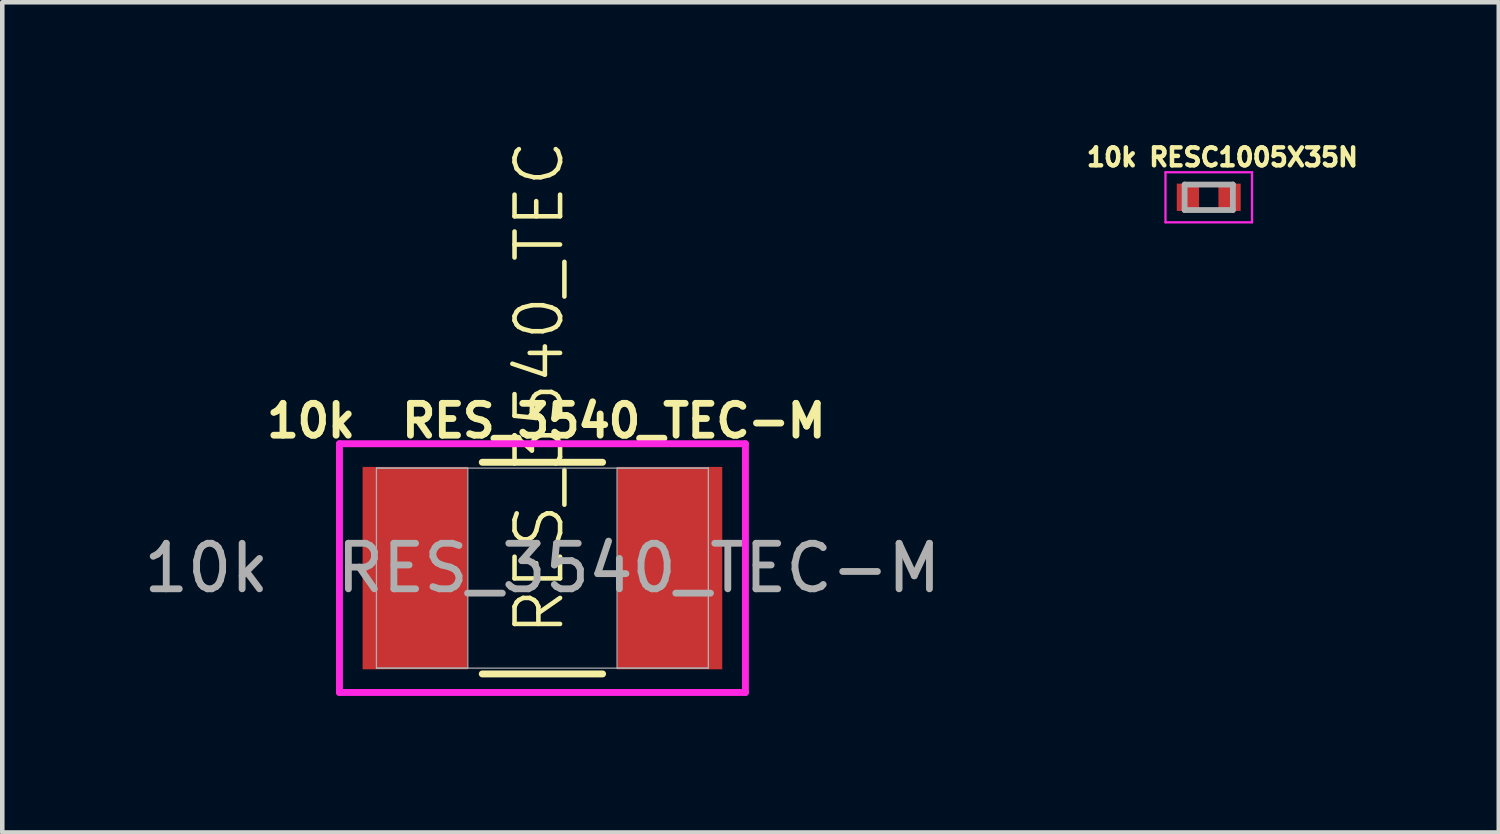
<source format=kicad_pcb>
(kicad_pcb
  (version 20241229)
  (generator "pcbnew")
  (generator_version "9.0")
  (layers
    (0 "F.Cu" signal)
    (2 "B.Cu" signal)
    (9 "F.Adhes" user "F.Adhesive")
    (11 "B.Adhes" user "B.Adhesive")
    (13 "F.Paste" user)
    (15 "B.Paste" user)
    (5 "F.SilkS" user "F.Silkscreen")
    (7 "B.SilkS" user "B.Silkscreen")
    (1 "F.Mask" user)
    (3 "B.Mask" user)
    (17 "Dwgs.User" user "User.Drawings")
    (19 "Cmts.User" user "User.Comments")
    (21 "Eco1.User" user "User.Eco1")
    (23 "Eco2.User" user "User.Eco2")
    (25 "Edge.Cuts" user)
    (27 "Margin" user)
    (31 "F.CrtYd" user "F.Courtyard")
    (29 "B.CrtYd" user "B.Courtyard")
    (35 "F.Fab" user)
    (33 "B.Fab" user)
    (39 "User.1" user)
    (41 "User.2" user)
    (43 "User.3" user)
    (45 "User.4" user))
  (footprint "10k RESC1005X35N"
    (layer "F.Cu")
    (at 23.497 1.283)
    (property "Reference" "10k RESC1005X35N" (at 0.3 -0.88 0) (layer "F.SilkS") (effects (font (size 0.394 0.394) (thickness 0.15))))
    (attr smd)
    (fp_line (start -0.95 -0.55) (end 0.95 -0.55) (stroke (width 0.05) (type solid)) (layer "F.CrtYd"))
    (fp_line (start -0.95 0.55) (end -0.95 -0.55) (stroke (width 0.05) (type solid)) (layer "F.CrtYd"))
    (fp_line (start -0.95 0.55) (end 0.95 0.55) (stroke (width 0.05) (type solid)) (layer "F.CrtYd"))
    (fp_line (start 0.95 0.55) (end 0.95 -0.55) (stroke (width 0.05) (type solid)) (layer "F.CrtYd"))
    (fp_line (start -0.53 0.28) (end -0.53 -0.28) (stroke (width 0.127) (type solid)) (layer "F.Fab"))
    (fp_line (start 0.53 -0.28) (end -0.53 -0.28) (stroke (width 0.127) (type solid)) (layer "F.Fab"))
    (fp_line (start 0.53 0.28) (end -0.53 0.28) (stroke (width 0.127) (type solid)) (layer "F.Fab"))
    (fp_line (start 0.53 0.28) (end 0.53 -0.28) (stroke (width 0.127) (type solid)) (layer "F.Fab"))
    (pad "1" smd rect (at -0.457 0) (size 0.49 0.6) (layers "F.Cu" "F.Mask" "F.Paste"))
    (pad "2" smd rect (at 0.457 0) (size 0.49 0.6) (layers "F.Cu" "F.Mask" "F.Paste")))
  (footprint "10k  RES_3540_TEC-M"
    (layer "F.Cu")
    (at 8.863 9.427)
    (property "Reference" "10k  RES_3540_TEC-M" (at 0.085 -3.235 0) (unlocked yes) (layer "F.SilkS") (effects (font (size 0.7 0.7) (thickness 0.15))))
    (property "Value" "RES_3540_TEC" (at 0 0 0) (unlocked yes) (layer "F.Fab") (hide yes) (effects (font (size 1 1) (thickness 0.15))))
    (attr smd)
    (fp_line (start -1.321 2.324) (end 1.321 2.324) (stroke (width 0.152) (type solid)) (layer "F.SilkS"))
    (fp_line (start 1.321 -2.324) (end -1.321 -2.324) (stroke (width 0.152) (type solid)) (layer "F.SilkS"))
    (fp_line (start -4.458 -2.731) (end 4.458 -2.731) (stroke (width 0.152) (type solid)) (layer "F.CrtYd"))
    (fp_line (start -4.458 2.731) (end -4.458 -2.731) (stroke (width 0.152) (type solid)) (layer "F.CrtYd"))
    (fp_line (start 4.458 -2.731) (end 4.458 2.731) (stroke (width 0.152) (type solid)) (layer "F.CrtYd"))
    (fp_line (start 4.458 2.731) (end -4.458 2.731) (stroke (width 0.152) (type solid)) (layer "F.CrtYd"))
    (fp_line (start -3.645 -2.197) (end -3.645 2.197) (stroke (width 0.025) (type solid)) (layer "F.Fab"))
    (fp_line (start -3.645 -2.197) (end -3.645 2.197) (stroke (width 0.025) (type solid)) (layer "F.Fab"))
    (fp_line (start -3.645 2.197) (end -1.638 2.197) (stroke (width 0.025) (type solid)) (layer "F.Fab"))
    (fp_line (start -3.645 2.197) (end 3.645 2.197) (stroke (width 0.025) (type solid)) (layer "F.Fab"))
    (fp_line (start -1.638 -2.197) (end -3.645 -2.197) (stroke (width 0.025) (type solid)) (layer "F.Fab"))
    (fp_line (start -1.638 2.197) (end -1.638 -2.197) (stroke (width 0.025) (type solid)) (layer "F.Fab"))
    (fp_line (start 1.638 -2.197) (end 1.638 2.197) (stroke (width 0.025) (type solid)) (layer "F.Fab"))
    (fp_line (start 1.638 2.197) (end 3.645 2.197) (stroke (width 0.025) (type solid)) (layer "F.Fab"))
    (fp_line (start 3.645 -2.197) (end -3.645 -2.197) (stroke (width 0.025) (type solid)) (layer "F.Fab"))
    (fp_line (start 3.645 -2.197) (end 1.638 -2.197) (stroke (width 0.025) (type solid)) (layer "F.Fab"))
    (fp_line (start 3.645 2.197) (end 3.645 -2.197) (stroke (width 0.025) (type solid)) (layer "F.Fab"))
    (fp_line (start 3.645 2.197) (end 3.645 -2.197) (stroke (width 0.025) (type solid)) (layer "F.Fab"))
    (fp_text user "${VALUE}" (at 0.515 1.53 90) (unlocked yes) (layer "F.SilkS") (effects (font (size 1 1) (thickness 0.1)) (justify left bottom)))
    (fp_text user "${REFERENCE}" (at 0 0 0) (unlocked yes) (layer "F.Fab") (effects (font (size 1 1) (thickness 0.15))))
    (pad "1" smd rect (at -2.794 0) (size 2.311 4.445) (layers "F.Cu" "F.Mask" "F.Paste"))
    (pad "2" smd rect (at 2.794 0) (size 2.311 4.445) (layers "F.Cu" "F.Mask" "F.Paste"))
    (zone (net_name "") (layer "F.Cu") (hatch full 0.508) (connect_pads) (min_thickness 0.254) (filled_areas_thickness no) (keepout (tracks not_allowed) (vias not_allowed) (pads allowed) (copperpour not_allowed) (footprints allowed)) (placement (enabled no)) (fill) (polygon (pts (xy 7.276 7.281) (xy 10.451 7.281) (xy 10.451 11.573) (xy 7.276 11.573)))))
  (gr_rect
    (start -3 -3)
    (end 29.867 15.234)
    (stroke (width 0.1) (type default))
    (fill no)
    (layer "Edge.Cuts")))
</source>
